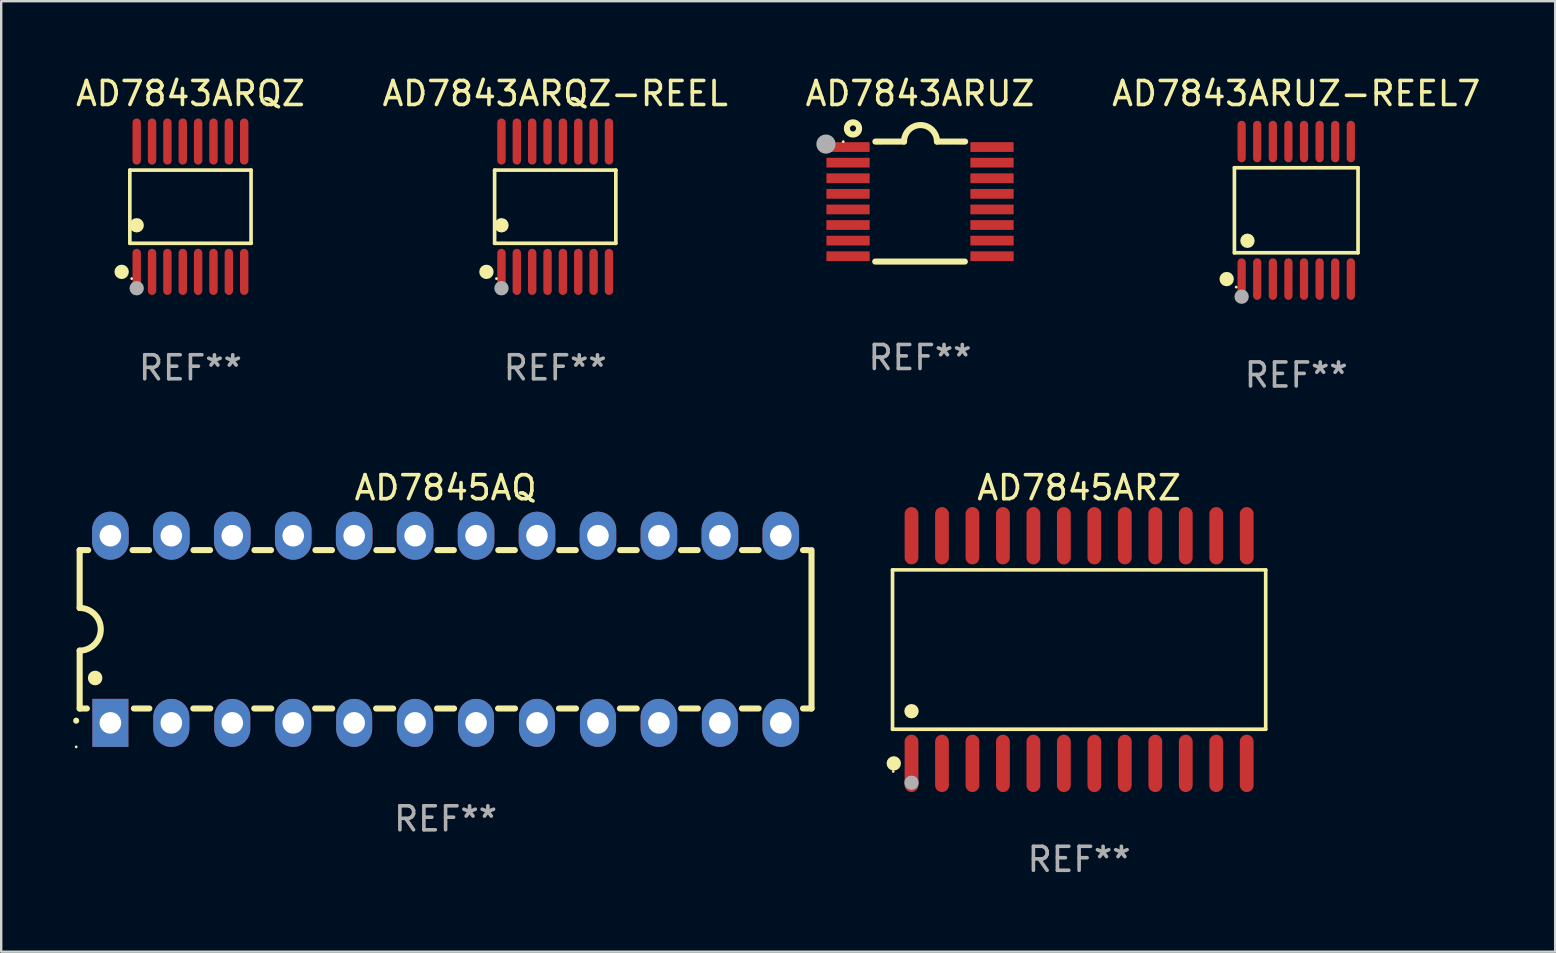
<source format=kicad_pcb>
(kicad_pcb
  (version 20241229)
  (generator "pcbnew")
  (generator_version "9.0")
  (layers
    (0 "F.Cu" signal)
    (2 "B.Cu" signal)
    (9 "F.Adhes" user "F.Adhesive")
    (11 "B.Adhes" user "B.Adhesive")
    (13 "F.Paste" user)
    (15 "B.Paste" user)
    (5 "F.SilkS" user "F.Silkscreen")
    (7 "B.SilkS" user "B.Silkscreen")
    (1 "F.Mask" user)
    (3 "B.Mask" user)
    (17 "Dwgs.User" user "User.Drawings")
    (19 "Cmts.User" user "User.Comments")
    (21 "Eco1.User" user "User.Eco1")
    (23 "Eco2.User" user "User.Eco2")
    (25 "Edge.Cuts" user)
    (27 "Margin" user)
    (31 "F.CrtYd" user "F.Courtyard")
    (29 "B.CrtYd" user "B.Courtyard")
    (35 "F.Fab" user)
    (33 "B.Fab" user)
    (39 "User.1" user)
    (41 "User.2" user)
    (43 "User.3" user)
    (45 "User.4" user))
  (footprint "AD7843ARUZ-REEL7"
    (layer "F.Cu")
    (at 50.97 5.714)
    (property "Reference" "AD7843ARUZ-REEL7" (at 0 -4.866 0) (layer "F.SilkS") (effects (font (size 1 1) (thickness 0.15))))
    (attr through_hole)
    (fp_line (start -2.576 -1.772) (end 2.576 -1.772) (stroke (width 0.152) (type solid)) (layer "F.SilkS"))
    (fp_line (start -2.576 1.771) (end -2.576 -1.772) (stroke (width 0.152) (type solid)) (layer "F.SilkS"))
    (fp_line (start 2.576 -1.772) (end 2.576 1.771) (stroke (width 0.152) (type solid)) (layer "F.SilkS"))
    (fp_line (start 2.576 1.771) (end -2.576 1.771) (stroke (width 0.152) (type solid)) (layer "F.SilkS"))
    (fp_circle (center -2.899 2.866) (end -2.749 2.866) (stroke (width 0.3) (type solid)) (fill no) (layer "F.SilkS"))
    (fp_circle (center -2.5 3.2) (end -2.47 3.2) (stroke (width 0.06) (type solid)) (fill no) (layer "F.SilkS"))
    (fp_circle (center -2.032 1.27) (end -1.882 1.27) (stroke (width 0.3) (type solid)) (fill no) (layer "F.SilkS"))
    (fp_circle (center -2.275 3.6) (end -2.125 3.6) (stroke (width 0.3) (type solid)) (fill no) (layer "F.Fab"))
    (fp_text user "REF**" (at 0 6.866 0) (layer "F.Fab") (effects (font (size 1 1) (thickness 0.15))))
    (pad "1" smd oval (at -2.275 2.866) (size 0.343 1.731) (layers "F.Cu" "F.Mask" "F.Paste"))
    (pad "2" smd oval (at -1.625 2.866) (size 0.343 1.731) (layers "F.Cu" "F.Mask" "F.Paste"))
    (pad "3" smd oval (at -0.975 2.866) (size 0.343 1.731) (layers "F.Cu" "F.Mask" "F.Paste"))
    (pad "4" smd oval (at -0.325 2.866) (size 0.343 1.731) (layers "F.Cu" "F.Mask" "F.Paste"))
    (pad "5" smd oval (at 0.325 2.866) (size 0.343 1.731) (layers "F.Cu" "F.Mask" "F.Paste"))
    (pad "6" smd oval (at 0.975 2.866) (size 0.343 1.731) (layers "F.Cu" "F.Mask" "F.Paste"))
    (pad "7" smd oval (at 1.625 2.866) (size 0.343 1.731) (layers "F.Cu" "F.Mask" "F.Paste"))
    (pad "8" smd oval (at 2.275 2.866) (size 0.343 1.731) (layers "F.Cu" "F.Mask" "F.Paste"))
    (pad "9" smd oval (at 2.275 -2.866) (size 0.343 1.731) (layers "F.Cu" "F.Mask" "F.Paste"))
    (pad "10" smd oval (at 1.625 -2.866) (size 0.343 1.731) (layers "F.Cu" "F.Mask" "F.Paste"))
    (pad "11" smd oval (at 0.975 -2.866) (size 0.343 1.731) (layers "F.Cu" "F.Mask" "F.Paste"))
    (pad "12" smd oval (at 0.325 -2.866) (size 0.343 1.731) (layers "F.Cu" "F.Mask" "F.Paste"))
    (pad "13" smd oval (at -0.325 -2.866) (size 0.343 1.731) (layers "F.Cu" "F.Mask" "F.Paste"))
    (pad "14" smd oval (at -0.975 -2.866) (size 0.343 1.731) (layers "F.Cu" "F.Mask" "F.Paste"))
    (pad "15" smd oval (at -1.625 -2.866) (size 0.343 1.731) (layers "F.Cu" "F.Mask" "F.Paste"))
    (pad "16" smd oval (at -2.275 -2.866) (size 0.343 1.731) (layers "F.Cu" "F.Mask" "F.Paste")))
  (footprint "AD7845AQ"
    (layer "F.Cu")
    (at 15.52 23.176)
    (property "Reference" "AD7845AQ" (at 0 -5.9 0) (layer "F.SilkS") (effects (font (size 1 1) (thickness 0.15))))
    (attr through_hole)
    (fp_line (start -15.25 -3.3) (end -15.25 -0.889) (stroke (width 0.254) (type solid)) (layer "F.SilkS"))
    (fp_line (start -15.25 -3.3) (end -14.895 -3.3) (stroke (width 0.254) (type solid)) (layer "F.SilkS"))
    (fp_line (start -15.25 3.3) (end -15.25 0.889) (stroke (width 0.254) (type solid)) (layer "F.SilkS"))
    (fp_line (start -15.25 3.3) (end -14.951 3.3) (stroke (width 0.254) (type solid)) (layer "F.SilkS"))
    (fp_line (start -13.045 -3.3) (end -12.355 -3.3) (stroke (width 0.254) (type solid)) (layer "F.SilkS"))
    (fp_line (start -12.989 3.3) (end -12.347 3.3) (stroke (width 0.254) (type solid)) (layer "F.SilkS"))
    (fp_line (start -10.514 3.3) (end -9.807 3.3) (stroke (width 0.254) (type solid)) (layer "F.SilkS"))
    (fp_line (start -10.505 -3.3) (end -9.815 -3.3) (stroke (width 0.254) (type solid)) (layer "F.SilkS"))
    (fp_line (start -7.974 3.3) (end -7.267 3.3) (stroke (width 0.254) (type solid)) (layer "F.SilkS"))
    (fp_line (start -7.965 -3.3) (end -7.275 -3.3) (stroke (width 0.254) (type solid)) (layer "F.SilkS"))
    (fp_line (start -5.434 3.3) (end -4.727 3.3) (stroke (width 0.254) (type solid)) (layer "F.SilkS"))
    (fp_line (start -5.425 -3.3) (end -4.735 -3.3) (stroke (width 0.254) (type solid)) (layer "F.SilkS"))
    (fp_line (start -2.894 3.3) (end -2.187 3.3) (stroke (width 0.254) (type solid)) (layer "F.SilkS"))
    (fp_line (start -2.885 -3.3) (end -2.195 -3.3) (stroke (width 0.254) (type solid)) (layer "F.SilkS"))
    (fp_line (start -0.354 3.3) (end 0.353 3.3) (stroke (width 0.254) (type solid)) (layer "F.SilkS"))
    (fp_line (start -0.345 -3.3) (end 0.345 -3.3) (stroke (width 0.254) (type solid)) (layer "F.SilkS"))
    (fp_line (start 2.186 3.3) (end 2.893 3.3) (stroke (width 0.254) (type solid)) (layer "F.SilkS"))
    (fp_line (start 2.195 -3.3) (end 2.885 -3.3) (stroke (width 0.254) (type solid)) (layer "F.SilkS"))
    (fp_line (start 4.726 3.3) (end 5.434 3.3) (stroke (width 0.254) (type solid)) (layer "F.SilkS"))
    (fp_line (start 4.735 -3.3) (end 5.425 -3.3) (stroke (width 0.254) (type solid)) (layer "F.SilkS"))
    (fp_line (start 7.266 3.3) (end 7.965 3.3) (stroke (width 0.254) (type solid)) (layer "F.SilkS"))
    (fp_line (start 7.275 -3.3) (end 7.965 -3.3) (stroke (width 0.254) (type solid)) (layer "F.SilkS"))
    (fp_line (start 9.815 -3.3) (end 10.505 -3.3) (stroke (width 0.254) (type solid)) (layer "F.SilkS"))
    (fp_line (start 9.815 3.3) (end 10.514 3.3) (stroke (width 0.254) (type solid)) (layer "F.SilkS"))
    (fp_line (start 12.346 3.3) (end 13.045 3.3) (stroke (width 0.254) (type solid)) (layer "F.SilkS"))
    (fp_line (start 12.355 -3.3) (end 13.045 -3.3) (stroke (width 0.254) (type solid)) (layer "F.SilkS"))
    (fp_line (start 14.895 -3.3) (end 15.113 -3.3) (stroke (width 0.254) (type solid)) (layer "F.SilkS"))
    (fp_line (start 14.895 3.3) (end 15.25 3.3) (stroke (width 0.254) (type solid)) (layer "F.SilkS"))
    (fp_line (start 15.25 -3.3) (end 15.25 3.3) (stroke (width 0.254) (type solid)) (layer "F.SilkS"))
    (fp_arc (start -15.394971 3.810033) (mid -15.394978 3.808763) (end -15.394971 3.807493) (stroke (width 0.25) (type solid)) (layer "F.SilkS"))
    (fp_arc (start -15.251053 -0.890146) (mid -14.361467 -0.001067) (end -15.250038 0.889027) (stroke (width 0.254001) (type solid)) (layer "F.SilkS"))
    (fp_arc (start -14.605029 2.032029) (mid -14.60504 2.029489) (end -14.605029 2.026949) (stroke (width 0.6) (type solid)) (layer "F.SilkS"))
    (fp_circle (center -15.395 4.9) (end -15.365 4.9) (stroke (width 0.06) (type solid)) (fill no) (layer "F.SilkS"))
    (fp_text user "REF**" (at 0 7.9 0) (layer "F.Fab") (effects (font (size 1 1) (thickness 0.15))))
    (pad "1" thru_hole rect (at -13.97 3.9 90) (size 2 1.5) (drill 0.9) (layers "*.Cu" "*.Mask"))
    (pad "2" thru_hole oval (at -11.43 3.9 90) (size 2 1.5) (drill 0.9) (layers "*.Cu" "*.Mask"))
    (pad "3" thru_hole oval (at -8.89 3.9 90) (size 2 1.5) (drill 0.9) (layers "*.Cu" "*.Mask"))
    (pad "4" thru_hole oval (at -6.35 3.9 90) (size 2 1.5) (drill 0.9) (layers "*.Cu" "*.Mask"))
    (pad "5" thru_hole oval (at -3.81 3.9 90) (size 2 1.5) (drill 0.9) (layers "*.Cu" "*.Mask"))
    (pad "6" thru_hole oval (at -1.27 3.9 90) (size 2 1.5) (drill 0.9) (layers "*.Cu" "*.Mask"))
    (pad "7" thru_hole oval (at 1.27 3.9 90) (size 2 1.5) (drill 0.9) (layers "*.Cu" "*.Mask"))
    (pad "8" thru_hole oval (at 3.81 3.9 90) (size 2 1.5) (drill 0.9) (layers "*.Cu" "*.Mask"))
    (pad "9" thru_hole oval (at 6.35 3.9 90) (size 2 1.5) (drill 0.9) (layers "*.Cu" "*.Mask"))
    (pad "10" thru_hole oval (at 8.89 3.9 90) (size 2 1.524) (drill 0.9) (layers "*.Cu" "*.Mask"))
    (pad "11" thru_hole oval (at 11.43 3.9 90) (size 2 1.5) (drill 0.9) (layers "*.Cu" "*.Mask"))
    (pad "12" thru_hole oval (at 13.97 3.9 90) (size 2 1.524) (drill 0.9) (layers "*.Cu" "*.Mask"))
    (pad "13" thru_hole oval (at 13.97 -3.9 90) (size 2 1.524) (drill 0.9) (layers "*.Cu" "*.Mask"))
    (pad "14" thru_hole oval (at 11.43 -3.9 90) (size 2 1.524) (drill 0.9) (layers "*.Cu" "*.Mask"))
    (pad "15" thru_hole oval (at 8.89 -3.9 90) (size 2 1.524) (drill 0.9) (layers "*.Cu" "*.Mask"))
    (pad "16" thru_hole oval (at 6.35 -3.9 90) (size 2 1.524) (drill 0.9) (layers "*.Cu" "*.Mask"))
    (pad "17" thru_hole oval (at 3.81 -3.9 90) (size 2 1.524) (drill 0.9) (layers "*.Cu" "*.Mask"))
    (pad "18" thru_hole oval (at 1.27 -3.9 90) (size 2 1.524) (drill 0.9) (layers "*.Cu" "*.Mask"))
    (pad "19" thru_hole oval (at -1.27 -3.9 90) (size 2 1.524) (drill 0.9) (layers "*.Cu" "*.Mask"))
    (pad "20" thru_hole oval (at -3.81 -3.9 90) (size 2 1.524) (drill 0.9) (layers "*.Cu" "*.Mask"))
    (pad "21" thru_hole oval (at -6.35 -3.9 90) (size 2 1.524) (drill 0.9) (layers "*.Cu" "*.Mask"))
    (pad "22" thru_hole oval (at -8.89 -3.9 90) (size 2 1.524) (drill 0.9) (layers "*.Cu" "*.Mask"))
    (pad "23" thru_hole oval (at -11.43 -3.9 90) (size 2 1.524) (drill 0.9) (layers "*.Cu" "*.Mask"))
    (pad "24" thru_hole oval (at -13.97 -3.9 90) (size 2 1.524) (drill 0.9) (layers "*.Cu" "*.Mask")))
  (footprint "AD7843ARUZ"
    (layer "F.Cu")
    (at 35.292 5.35)
    (property "Reference" "AD7843ARUZ" (at 0 -4.501 0) (layer "F.SilkS") (effects (font (size 1 1) (thickness 0.15))))
    (attr through_hole)
    (fp_line (start -1.868 2.501) (end 1.868 2.501) (stroke (width 0.254) (type solid)) (layer "F.SilkS"))
    (fp_line (start -1.86 -2.499) (end -0.666 -2.501) (stroke (width 0.254) (type solid)) (layer "F.SilkS"))
    (fp_line (start 0.706 -2.501) (end 1.88 -2.499) (stroke (width 0.254) (type solid)) (layer "F.SilkS"))
    (fp_arc (start -0.665914 -2.501448) (mid 0.019888 -3.18725) (end 0.70569 -2.501448) (stroke (width 0.254001) (type solid)) (layer "F.SilkS"))
    (fp_circle (center -3.2 -2.497) (end -3.17 -2.497) (stroke (width 0.06) (type solid)) (fill no) (layer "F.SilkS"))
    (fp_circle (center -2.794 -3.047) (end -2.54 -3.047) (stroke (width 0.254) (type solid)) (fill no) (layer "F.SilkS"))
    (fp_circle (center -3.921 -2.395) (end -3.721 -2.395) (stroke (width 0.4) (type solid)) (fill no) (layer "F.Fab"))
    (fp_text user "REF**" (at 0 6.501 0) (layer "F.Fab") (effects (font (size 1 1) (thickness 0.15))))
    (pad "1" smd rect (at -3 -2.272) (size 1.803 0.406) (layers "F.Cu" "F.Mask" "F.Paste"))
    (pad "2" smd rect (at -3 -1.622) (size 1.803 0.406) (layers "F.Cu" "F.Mask" "F.Paste"))
    (pad "3" smd rect (at -3 -0.972) (size 1.803 0.406) (layers "F.Cu" "F.Mask" "F.Paste"))
    (pad "4" smd rect (at -3 -0.322) (size 1.803 0.406) (layers "F.Cu" "F.Mask" "F.Paste"))
    (pad "5" smd rect (at -3 0.328) (size 1.803 0.406) (layers "F.Cu" "F.Mask" "F.Paste"))
    (pad "6" smd rect (at -3 0.978) (size 1.803 0.406) (layers "F.Cu" "F.Mask" "F.Paste"))
    (pad "7" smd rect (at -3 1.628) (size 1.803 0.406) (layers "F.Cu" "F.Mask" "F.Paste"))
    (pad "8" smd rect (at -3 2.278) (size 1.803 0.406) (layers "F.Cu" "F.Mask" "F.Paste"))
    (pad "9" smd rect (at 3 2.278) (size 1.803 0.406) (layers "F.Cu" "F.Mask" "F.Paste"))
    (pad "10" smd rect (at 3 1.628) (size 1.803 0.406) (layers "F.Cu" "F.Mask" "F.Paste"))
    (pad "11" smd rect (at 3 0.978) (size 1.803 0.406) (layers "F.Cu" "F.Mask" "F.Paste"))
    (pad "12" smd rect (at 3 0.328) (size 1.803 0.406) (layers "F.Cu" "F.Mask" "F.Paste"))
    (pad "13" smd rect (at 3 -0.322) (size 1.803 0.406) (layers "F.Cu" "F.Mask" "F.Paste"))
    (pad "14" smd rect (at 3 -0.972) (size 1.803 0.406) (layers "F.Cu" "F.Mask" "F.Paste"))
    (pad "15" smd rect (at 3 -1.622) (size 1.803 0.406) (layers "F.Cu" "F.Mask" "F.Paste"))
    (pad "16" smd rect (at 3 -2.272) (size 1.803 0.406) (layers "F.Cu" "F.Mask" "F.Paste")))
  (footprint "AD7845ARZ"
    (layer "F.Cu")
    (at 41.922 24.02)
    (property "Reference" "AD7845ARZ" (at 0 -6.744 0) (layer "F.SilkS") (effects (font (size 1 1) (thickness 0.15))))
    (attr through_hole)
    (fp_line (start -7.776 -3.321) (end 7.776 -3.321) (stroke (width 0.152) (type solid)) (layer "F.SilkS"))
    (fp_line (start -7.776 3.321) (end -7.776 -3.321) (stroke (width 0.152) (type solid)) (layer "F.SilkS"))
    (fp_line (start 7.776 -3.321) (end 7.776 3.321) (stroke (width 0.152) (type solid)) (layer "F.SilkS"))
    (fp_line (start 7.776 3.321) (end -7.776 3.321) (stroke (width 0.152) (type solid)) (layer "F.SilkS"))
    (fp_circle (center -7.747 5.08) (end -7.717 5.08) (stroke (width 0.06) (type solid)) (fill no) (layer "F.SilkS"))
    (fp_circle (center -7.724 4.744) (end -7.574 4.744) (stroke (width 0.3) (type solid)) (fill no) (layer "F.SilkS"))
    (fp_circle (center -6.985 2.569) (end -6.835 2.569) (stroke (width 0.3) (type solid)) (fill no) (layer "F.SilkS"))
    (fp_circle (center -6.985 5.55) (end -6.835 5.55) (stroke (width 0.3) (type solid)) (fill no) (layer "F.Fab"))
    (fp_text user "REF**" (at 0 8.744 0) (layer "F.Fab") (effects (font (size 1 1) (thickness 0.15))))
    (pad "1" smd oval (at -6.985 4.744) (size 0.574 2.388) (layers "F.Cu" "F.Mask" "F.Paste"))
    (pad "2" smd oval (at -5.715 4.744) (size 0.574 2.388) (layers "F.Cu" "F.Mask" "F.Paste"))
    (pad "3" smd oval (at -4.445 4.744) (size 0.574 2.388) (layers "F.Cu" "F.Mask" "F.Paste"))
    (pad "4" smd oval (at -3.175 4.744) (size 0.574 2.388) (layers "F.Cu" "F.Mask" "F.Paste"))
    (pad "5" smd oval (at -1.905 4.744) (size 0.574 2.388) (layers "F.Cu" "F.Mask" "F.Paste"))
    (pad "6" smd oval (at -0.635 4.744) (size 0.574 2.388) (layers "F.Cu" "F.Mask" "F.Paste"))
    (pad "7" smd oval (at 0.635 4.744) (size 0.574 2.388) (layers "F.Cu" "F.Mask" "F.Paste"))
    (pad "8" smd oval (at 1.905 4.744) (size 0.574 2.388) (layers "F.Cu" "F.Mask" "F.Paste"))
    (pad "9" smd oval (at 3.175 4.744) (size 0.574 2.388) (layers "F.Cu" "F.Mask" "F.Paste"))
    (pad "10" smd oval (at 4.445 4.744) (size 0.574 2.388) (layers "F.Cu" "F.Mask" "F.Paste"))
    (pad "11" smd oval (at 5.715 4.744) (size 0.574 2.388) (layers "F.Cu" "F.Mask" "F.Paste"))
    (pad "12" smd oval (at 6.985 4.744) (size 0.574 2.388) (layers "F.Cu" "F.Mask" "F.Paste"))
    (pad "13" smd oval (at 6.985 -4.744) (size 0.574 2.388) (layers "F.Cu" "F.Mask" "F.Paste"))
    (pad "14" smd oval (at 5.715 -4.744) (size 0.574 2.388) (layers "F.Cu" "F.Mask" "F.Paste"))
    (pad "15" smd oval (at 4.445 -4.744) (size 0.574 2.388) (layers "F.Cu" "F.Mask" "F.Paste"))
    (pad "16" smd oval (at 3.175 -4.744) (size 0.574 2.388) (layers "F.Cu" "F.Mask" "F.Paste"))
    (pad "17" smd oval (at 1.905 -4.744) (size 0.574 2.388) (layers "F.Cu" "F.Mask" "F.Paste"))
    (pad "18" smd oval (at 0.635 -4.744) (size 0.574 2.388) (layers "F.Cu" "F.Mask" "F.Paste"))
    (pad "19" smd oval (at -0.635 -4.744) (size 0.574 2.388) (layers "F.Cu" "F.Mask" "F.Paste"))
    (pad "20" smd oval (at -1.905 -4.744) (size 0.574 2.388) (layers "F.Cu" "F.Mask" "F.Paste"))
    (pad "21" smd oval (at -3.175 -4.744) (size 0.574 2.388) (layers "F.Cu" "F.Mask" "F.Paste"))
    (pad "22" smd oval (at -4.445 -4.744) (size 0.574 2.388) (layers "F.Cu" "F.Mask" "F.Paste"))
    (pad "23" smd oval (at -5.715 -4.744) (size 0.574 2.388) (layers "F.Cu" "F.Mask" "F.Paste"))
    (pad "24" smd oval (at -6.985 -4.744) (size 0.574 2.388) (layers "F.Cu" "F.Mask" "F.Paste")))
  (footprint "AD7843ARQZ-REEL"
    (layer "F.Cu")
    (at 20.089 5.564)
    (property "Reference" "AD7843ARQZ-REEL" (at 0 -4.716 0) (layer "F.SilkS") (effects (font (size 1 1) (thickness 0.15))))
    (attr through_hole)
    (fp_line (start -2.526 -1.526) (end 2.526 -1.526) (stroke (width 0.152) (type solid)) (layer "F.SilkS"))
    (fp_line (start -2.526 1.526) (end -2.526 -1.526) (stroke (width 0.152) (type solid)) (layer "F.SilkS"))
    (fp_line (start 2.526 -1.526) (end 2.526 1.526) (stroke (width 0.152) (type solid)) (layer "F.SilkS"))
    (fp_line (start 2.526 1.526) (end -2.526 1.526) (stroke (width 0.152) (type solid)) (layer "F.SilkS"))
    (fp_circle (center -2.867 2.716) (end -2.717 2.716) (stroke (width 0.3) (type solid)) (fill no) (layer "F.SilkS"))
    (fp_circle (center -2.45 2.997) (end -2.42 2.997) (stroke (width 0.06) (type solid)) (fill no) (layer "F.SilkS"))
    (fp_circle (center -2.24 0.774) (end -2.09 0.774) (stroke (width 0.3) (type solid)) (fill no) (layer "F.SilkS"))
    (fp_circle (center -2.24 3.398) (end -2.09 3.398) (stroke (width 0.3) (type solid)) (fill no) (layer "F.Fab"))
    (fp_text user "REF**" (at 0 6.716 0) (layer "F.Fab") (effects (font (size 1 1) (thickness 0.15))))
    (pad "1" smd oval (at -2.24 2.716) (size 0.35 1.922) (layers "F.Cu" "F.Mask" "F.Paste"))
    (pad "2" smd oval (at -1.6 2.716) (size 0.35 1.922) (layers "F.Cu" "F.Mask" "F.Paste"))
    (pad "3" smd oval (at -0.96 2.716) (size 0.35 1.922) (layers "F.Cu" "F.Mask" "F.Paste"))
    (pad "4" smd oval (at -0.32 2.716) (size 0.35 1.922) (layers "F.Cu" "F.Mask" "F.Paste"))
    (pad "5" smd oval (at 0.32 2.716) (size 0.35 1.922) (layers "F.Cu" "F.Mask" "F.Paste"))
    (pad "6" smd oval (at 0.96 2.716) (size 0.35 1.922) (layers "F.Cu" "F.Mask" "F.Paste"))
    (pad "7" smd oval (at 1.6 2.716) (size 0.35 1.922) (layers "F.Cu" "F.Mask" "F.Paste"))
    (pad "8" smd oval (at 2.24 2.716) (size 0.35 1.922) (layers "F.Cu" "F.Mask" "F.Paste"))
    (pad "9" smd oval (at 2.24 -2.716) (size 0.35 1.922) (layers "F.Cu" "F.Mask" "F.Paste"))
    (pad "10" smd oval (at 1.6 -2.716) (size 0.35 1.922) (layers "F.Cu" "F.Mask" "F.Paste"))
    (pad "11" smd oval (at 0.96 -2.716) (size 0.35 1.922) (layers "F.Cu" "F.Mask" "F.Paste"))
    (pad "12" smd oval (at 0.32 -2.716) (size 0.35 1.922) (layers "F.Cu" "F.Mask" "F.Paste"))
    (pad "13" smd oval (at -0.32 -2.716) (size 0.35 1.922) (layers "F.Cu" "F.Mask" "F.Paste"))
    (pad "14" smd oval (at -0.96 -2.716) (size 0.35 1.922) (layers "F.Cu" "F.Mask" "F.Paste"))
    (pad "15" smd oval (at -1.6 -2.716) (size 0.35 1.922) (layers "F.Cu" "F.Mask" "F.Paste"))
    (pad "16" smd oval (at -2.24 -2.716) (size 0.35 1.922) (layers "F.Cu" "F.Mask" "F.Paste")))
  (footprint "AD7843ARQZ"
    (layer "F.Cu")
    (at 4.887 5.564)
    (property "Reference" "AD7843ARQZ" (at 0 -4.716 0) (layer "F.SilkS") (effects (font (size 1 1) (thickness 0.15))))
    (attr through_hole)
    (fp_line (start -2.526 -1.526) (end 2.526 -1.526) (stroke (width 0.152) (type solid)) (layer "F.SilkS"))
    (fp_line (start -2.526 1.526) (end -2.526 -1.526) (stroke (width 0.152) (type solid)) (layer "F.SilkS"))
    (fp_line (start 2.526 -1.526) (end 2.526 1.526) (stroke (width 0.152) (type solid)) (layer "F.SilkS"))
    (fp_line (start 2.526 1.526) (end -2.526 1.526) (stroke (width 0.152) (type solid)) (layer "F.SilkS"))
    (fp_circle (center -2.867 2.716) (end -2.717 2.716) (stroke (width 0.3) (type solid)) (fill no) (layer "F.SilkS"))
    (fp_circle (center -2.45 2.997) (end -2.42 2.997) (stroke (width 0.06) (type solid)) (fill no) (layer "F.SilkS"))
    (fp_circle (center -2.24 0.774) (end -2.09 0.774) (stroke (width 0.3) (type solid)) (fill no) (layer "F.SilkS"))
    (fp_circle (center -2.24 3.398) (end -2.09 3.398) (stroke (width 0.3) (type solid)) (fill no) (layer "F.Fab"))
    (fp_text user "REF**" (at 0 6.716 0) (layer "F.Fab") (effects (font (size 1 1) (thickness 0.15))))
    (pad "1" smd oval (at -2.24 2.716) (size 0.35 1.922) (layers "F.Cu" "F.Mask" "F.Paste"))
    (pad "2" smd oval (at -1.6 2.716) (size 0.35 1.922) (layers "F.Cu" "F.Mask" "F.Paste"))
    (pad "3" smd oval (at -0.96 2.716) (size 0.35 1.922) (layers "F.Cu" "F.Mask" "F.Paste"))
    (pad "4" smd oval (at -0.32 2.716) (size 0.35 1.922) (layers "F.Cu" "F.Mask" "F.Paste"))
    (pad "5" smd oval (at 0.32 2.716) (size 0.35 1.922) (layers "F.Cu" "F.Mask" "F.Paste"))
    (pad "6" smd oval (at 0.96 2.716) (size 0.35 1.922) (layers "F.Cu" "F.Mask" "F.Paste"))
    (pad "7" smd oval (at 1.6 2.716) (size 0.35 1.922) (layers "F.Cu" "F.Mask" "F.Paste"))
    (pad "8" smd oval (at 2.24 2.716) (size 0.35 1.922) (layers "F.Cu" "F.Mask" "F.Paste"))
    (pad "9" smd oval (at 2.24 -2.716) (size 0.35 1.922) (layers "F.Cu" "F.Mask" "F.Paste"))
    (pad "10" smd oval (at 1.6 -2.716) (size 0.35 1.922) (layers "F.Cu" "F.Mask" "F.Paste"))
    (pad "11" smd oval (at 0.96 -2.716) (size 0.35 1.922) (layers "F.Cu" "F.Mask" "F.Paste"))
    (pad "12" smd oval (at 0.32 -2.716) (size 0.35 1.922) (layers "F.Cu" "F.Mask" "F.Paste"))
    (pad "13" smd oval (at -0.32 -2.716) (size 0.35 1.922) (layers "F.Cu" "F.Mask" "F.Paste"))
    (pad "14" smd oval (at -0.96 -2.716) (size 0.35 1.922) (layers "F.Cu" "F.Mask" "F.Paste"))
    (pad "15" smd oval (at -1.6 -2.716) (size 0.35 1.922) (layers "F.Cu" "F.Mask" "F.Paste"))
    (pad "16" smd oval (at -2.24 -2.716) (size 0.35 1.922) (layers "F.Cu" "F.Mask" "F.Paste")))
  (gr_rect
    (start -3 -3)
    (end 61.762 36.612)
    (stroke (width 0.1) (type default))
    (fill no)
    (layer "Edge.Cuts")))
</source>
